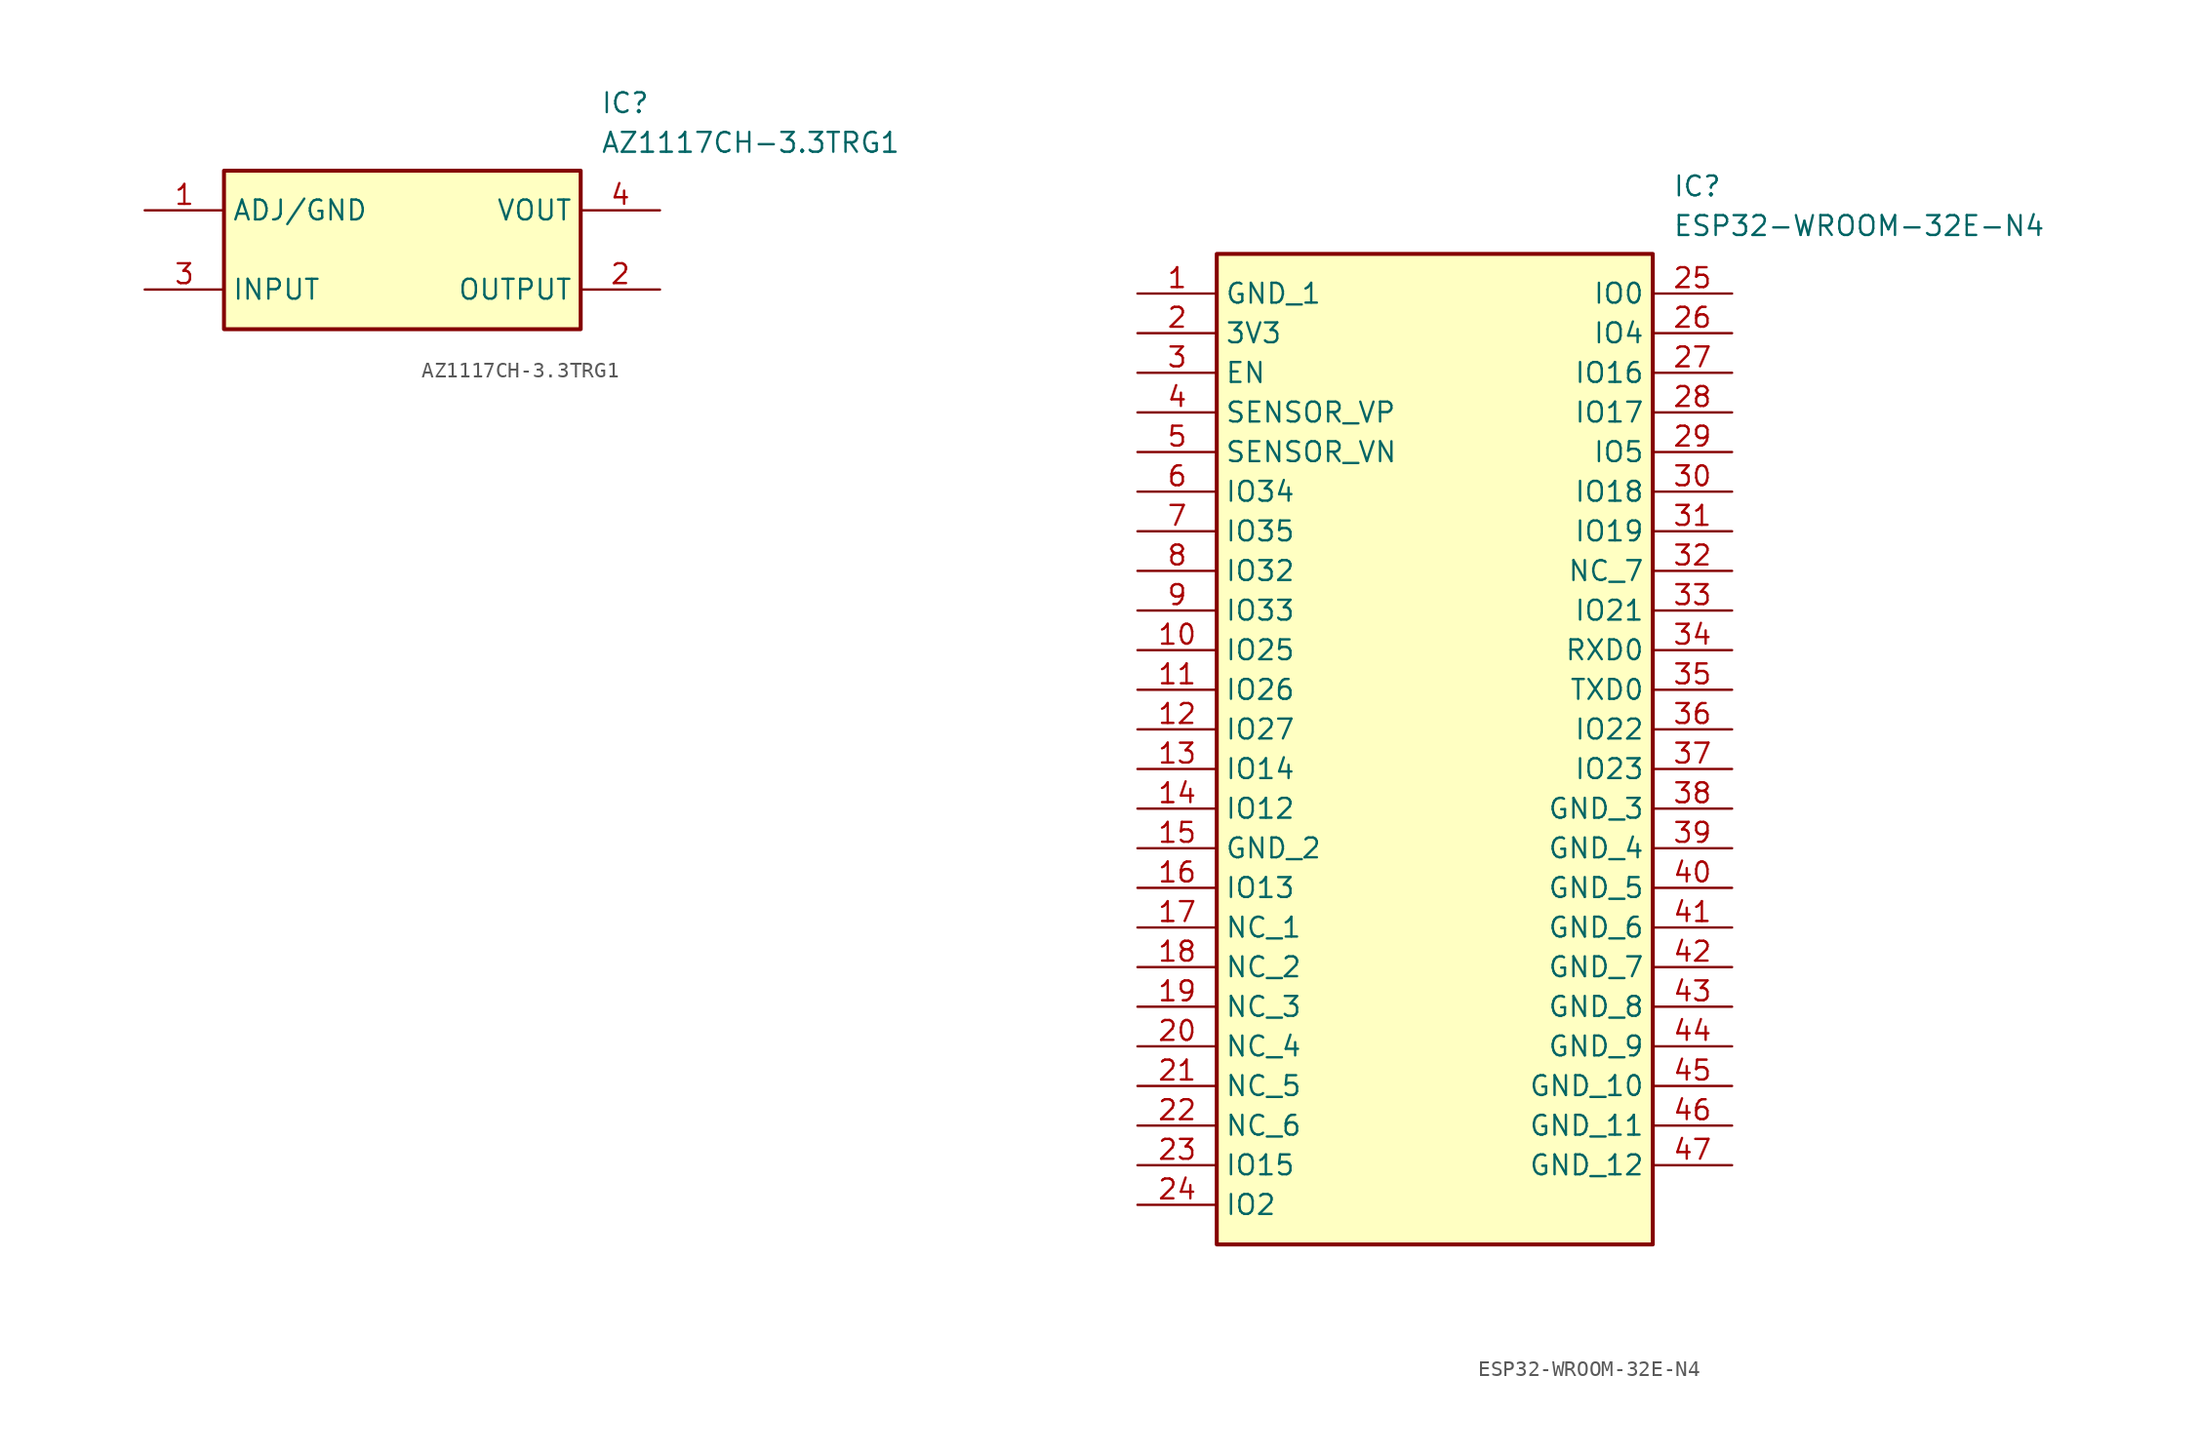
<source format=kicad_sym>
(kicad_symbol_lib
  (version 20220914)
  (generator kicad_symbol_editor)
  (symbol "AZ1117CH-3.3TRG1"
    (property "Reference" "IC"
      (at 29.21 7.62 0)
      (effects (font (size 1.27 1.27)) (justify left top)))
    (property "Value" "AZ1117CH-3.3TRG1"
      (at 29.21 5.08 0)
      (effects (font (size 1.27 1.27)) (justify left top)))
    (symbol "AZ1117CH-3.3TRG1_1_1"
      (rectangle (start 5.08 2.54) (end 27.94 -7.62) (stroke (width 0.254) (type default)) (fill (type background)))
      (pin passive line (at 0 0 0) (length 5.08) (name "ADJ/GND" (effects (font (size 1.27 1.27)))) (number "1" (effects (font (size 1.27 1.27)))))
      (pin passive line (at 33.02 -5.08 180) (length 5.08) (name "OUTPUT" (effects (font (size 1.27 1.27)))) (number "2" (effects (font (size 1.27 1.27)))))
      (pin passive line (at 0 -5.08 0) (length 5.08) (name "INPUT" (effects (font (size 1.27 1.27)))) (number "3" (effects (font (size 1.27 1.27)))))
      (pin passive line (at 33.02 0 180) (length 5.08) (name "VOUT" (effects (font (size 1.27 1.27)))) (number "4" (effects (font (size 1.27 1.27)))))))
  (symbol "ESP32-WROOM-32E-N4"
    (property "Reference" "IC"
      (at 34.29 7.62 0)
      (effects (font (size 1.27 1.27)) (justify left top)))
    (property "Value" "ESP32-WROOM-32E-N4"
      (at 34.29 5.08 0)
      (effects (font (size 1.27 1.27)) (justify left top)))
    (symbol "ESP32-WROOM-32E-N4_1_1"
      (rectangle (start 5.08 2.54) (end 33.02 -60.96) (stroke (width 0.254) (type default)) (fill (type background)))
      (pin passive line (at 0 0 0) (length 5.08) (name "GND_1" (effects (font (size 1.27 1.27)))) (number "1" (effects (font (size 1.27 1.27)))))
      (pin passive line (at 0 -22.86 0) (length 5.08) (name "IO25" (effects (font (size 1.27 1.27)))) (number "10" (effects (font (size 1.27 1.27)))))
      (pin passive line (at 0 -25.4 0) (length 5.08) (name "IO26" (effects (font (size 1.27 1.27)))) (number "11" (effects (font (size 1.27 1.27)))))
      (pin passive line (at 0 -27.94 0) (length 5.08) (name "IO27" (effects (font (size 1.27 1.27)))) (number "12" (effects (font (size 1.27 1.27)))))
      (pin passive line (at 0 -30.48 0) (length 5.08) (name "IO14" (effects (font (size 1.27 1.27)))) (number "13" (effects (font (size 1.27 1.27)))))
      (pin passive line (at 0 -33.02 0) (length 5.08) (name "IO12" (effects (font (size 1.27 1.27)))) (number "14" (effects (font (size 1.27 1.27)))))
      (pin passive line (at 0 -35.56 0) (length 5.08) (name "GND_2" (effects (font (size 1.27 1.27)))) (number "15" (effects (font (size 1.27 1.27)))))
      (pin passive line (at 0 -38.1 0) (length 5.08) (name "IO13" (effects (font (size 1.27 1.27)))) (number "16" (effects (font (size 1.27 1.27)))))
      (pin passive line (at 0 -40.64 0) (length 5.08) (name "NC_1" (effects (font (size 1.27 1.27)))) (number "17" (effects (font (size 1.27 1.27)))))
      (pin passive line (at 0 -43.18 0) (length 5.08) (name "NC_2" (effects (font (size 1.27 1.27)))) (number "18" (effects (font (size 1.27 1.27)))))
      (pin passive line (at 0 -45.72 0) (length 5.08) (name "NC_3" (effects (font (size 1.27 1.27)))) (number "19" (effects (font (size 1.27 1.27)))))
      (pin passive line (at 0 -2.54 0) (length 5.08) (name "3V3" (effects (font (size 1.27 1.27)))) (number "2" (effects (font (size 1.27 1.27)))))
      (pin passive line (at 0 -48.26 0) (length 5.08) (name "NC_4" (effects (font (size 1.27 1.27)))) (number "20" (effects (font (size 1.27 1.27)))))
      (pin passive line (at 0 -50.8 0) (length 5.08) (name "NC_5" (effects (font (size 1.27 1.27)))) (number "21" (effects (font (size 1.27 1.27)))))
      (pin passive line (at 0 -53.34 0) (length 5.08) (name "NC_6" (effects (font (size 1.27 1.27)))) (number "22" (effects (font (size 1.27 1.27)))))
      (pin passive line (at 0 -55.88 0) (length 5.08) (name "IO15" (effects (font (size 1.27 1.27)))) (number "23" (effects (font (size 1.27 1.27)))))
      (pin passive line (at 0 -58.42 0) (length 5.08) (name "IO2" (effects (font (size 1.27 1.27)))) (number "24" (effects (font (size 1.27 1.27)))))
      (pin passive line (at 38.1 0 180) (length 5.08) (name "IO0" (effects (font (size 1.27 1.27)))) (number "25" (effects (font (size 1.27 1.27)))))
      (pin passive line (at 38.1 -2.54 180) (length 5.08) (name "IO4" (effects (font (size 1.27 1.27)))) (number "26" (effects (font (size 1.27 1.27)))))
      (pin passive line (at 38.1 -5.08 180) (length 5.08) (name "IO16" (effects (font (size 1.27 1.27)))) (number "27" (effects (font (size 1.27 1.27)))))
      (pin passive line (at 38.1 -7.62 180) (length 5.08) (name "IO17" (effects (font (size 1.27 1.27)))) (number "28" (effects (font (size 1.27 1.27)))))
      (pin passive line (at 38.1 -10.16 180) (length 5.08) (name "IO5" (effects (font (size 1.27 1.27)))) (number "29" (effects (font (size 1.27 1.27)))))
      (pin passive line (at 0 -5.08 0) (length 5.08) (name "EN" (effects (font (size 1.27 1.27)))) (number "3" (effects (font (size 1.27 1.27)))))
      (pin passive line (at 38.1 -12.7 180) (length 5.08) (name "IO18" (effects (font (size 1.27 1.27)))) (number "30" (effects (font (size 1.27 1.27)))))
      (pin passive line (at 38.1 -15.24 180) (length 5.08) (name "IO19" (effects (font (size 1.27 1.27)))) (number "31" (effects (font (size 1.27 1.27)))))
      (pin passive line (at 38.1 -17.78 180) (length 5.08) (name "NC_7" (effects (font (size 1.27 1.27)))) (number "32" (effects (font (size 1.27 1.27)))))
      (pin passive line (at 38.1 -20.32 180) (length 5.08) (name "IO21" (effects (font (size 1.27 1.27)))) (number "33" (effects (font (size 1.27 1.27)))))
      (pin passive line (at 38.1 -22.86 180) (length 5.08) (name "RXD0" (effects (font (size 1.27 1.27)))) (number "34" (effects (font (size 1.27 1.27)))))
      (pin passive line (at 38.1 -25.4 180) (length 5.08) (name "TXD0" (effects (font (size 1.27 1.27)))) (number "35" (effects (font (size 1.27 1.27)))))
      (pin passive line (at 38.1 -27.94 180) (length 5.08) (name "IO22" (effects (font (size 1.27 1.27)))) (number "36" (effects (font (size 1.27 1.27)))))
      (pin passive line (at 38.1 -30.48 180) (length 5.08) (name "IO23" (effects (font (size 1.27 1.27)))) (number "37" (effects (font (size 1.27 1.27)))))
      (pin passive line (at 38.1 -33.02 180) (length 5.08) (name "GND_3" (effects (font (size 1.27 1.27)))) (number "38" (effects (font (size 1.27 1.27)))))
      (pin passive line (at 38.1 -35.56 180) (length 5.08) (name "GND_4" (effects (font (size 1.27 1.27)))) (number "39" (effects (font (size 1.27 1.27)))))
      (pin passive line (at 0 -7.62 0) (length 5.08) (name "SENSOR_VP" (effects (font (size 1.27 1.27)))) (number "4" (effects (font (size 1.27 1.27)))))
      (pin passive line (at 38.1 -38.1 180) (length 5.08) (name "GND_5" (effects (font (size 1.27 1.27)))) (number "40" (effects (font (size 1.27 1.27)))))
      (pin passive line (at 38.1 -40.64 180) (length 5.08) (name "GND_6" (effects (font (size 1.27 1.27)))) (number "41" (effects (font (size 1.27 1.27)))))
      (pin passive line (at 38.1 -43.18 180) (length 5.08) (name "GND_7" (effects (font (size 1.27 1.27)))) (number "42" (effects (font (size 1.27 1.27)))))
      (pin passive line (at 38.1 -45.72 180) (length 5.08) (name "GND_8" (effects (font (size 1.27 1.27)))) (number "43" (effects (font (size 1.27 1.27)))))
      (pin passive line (at 38.1 -48.26 180) (length 5.08) (name "GND_9" (effects (font (size 1.27 1.27)))) (number "44" (effects (font (size 1.27 1.27)))))
      (pin passive line (at 38.1 -50.8 180) (length 5.08) (name "GND_10" (effects (font (size 1.27 1.27)))) (number "45" (effects (font (size 1.27 1.27)))))
      (pin passive line (at 38.1 -53.34 180) (length 5.08) (name "GND_11" (effects (font (size 1.27 1.27)))) (number "46" (effects (font (size 1.27 1.27)))))
      (pin passive line (at 38.1 -55.88 180) (length 5.08) (name "GND_12" (effects (font (size 1.27 1.27)))) (number "47" (effects (font (size 1.27 1.27)))))
      (pin passive line (at 0 -10.16 0) (length 5.08) (name "SENSOR_VN" (effects (font (size 1.27 1.27)))) (number "5" (effects (font (size 1.27 1.27)))))
      (pin passive line (at 0 -12.7 0) (length 5.08) (name "IO34" (effects (font (size 1.27 1.27)))) (number "6" (effects (font (size 1.27 1.27)))))
      (pin passive line (at 0 -15.24 0) (length 5.08) (name "IO35" (effects (font (size 1.27 1.27)))) (number "7" (effects (font (size 1.27 1.27)))))
      (pin passive line (at 0 -17.78 0) (length 5.08) (name "IO32" (effects (font (size 1.27 1.27)))) (number "8" (effects (font (size 1.27 1.27)))))
      (pin passive line (at 0 -20.32 0) (length 5.08) (name "IO33" (effects (font (size 1.27 1.27)))) (number "9" (effects (font (size 1.27 1.27))))))))
</source>
